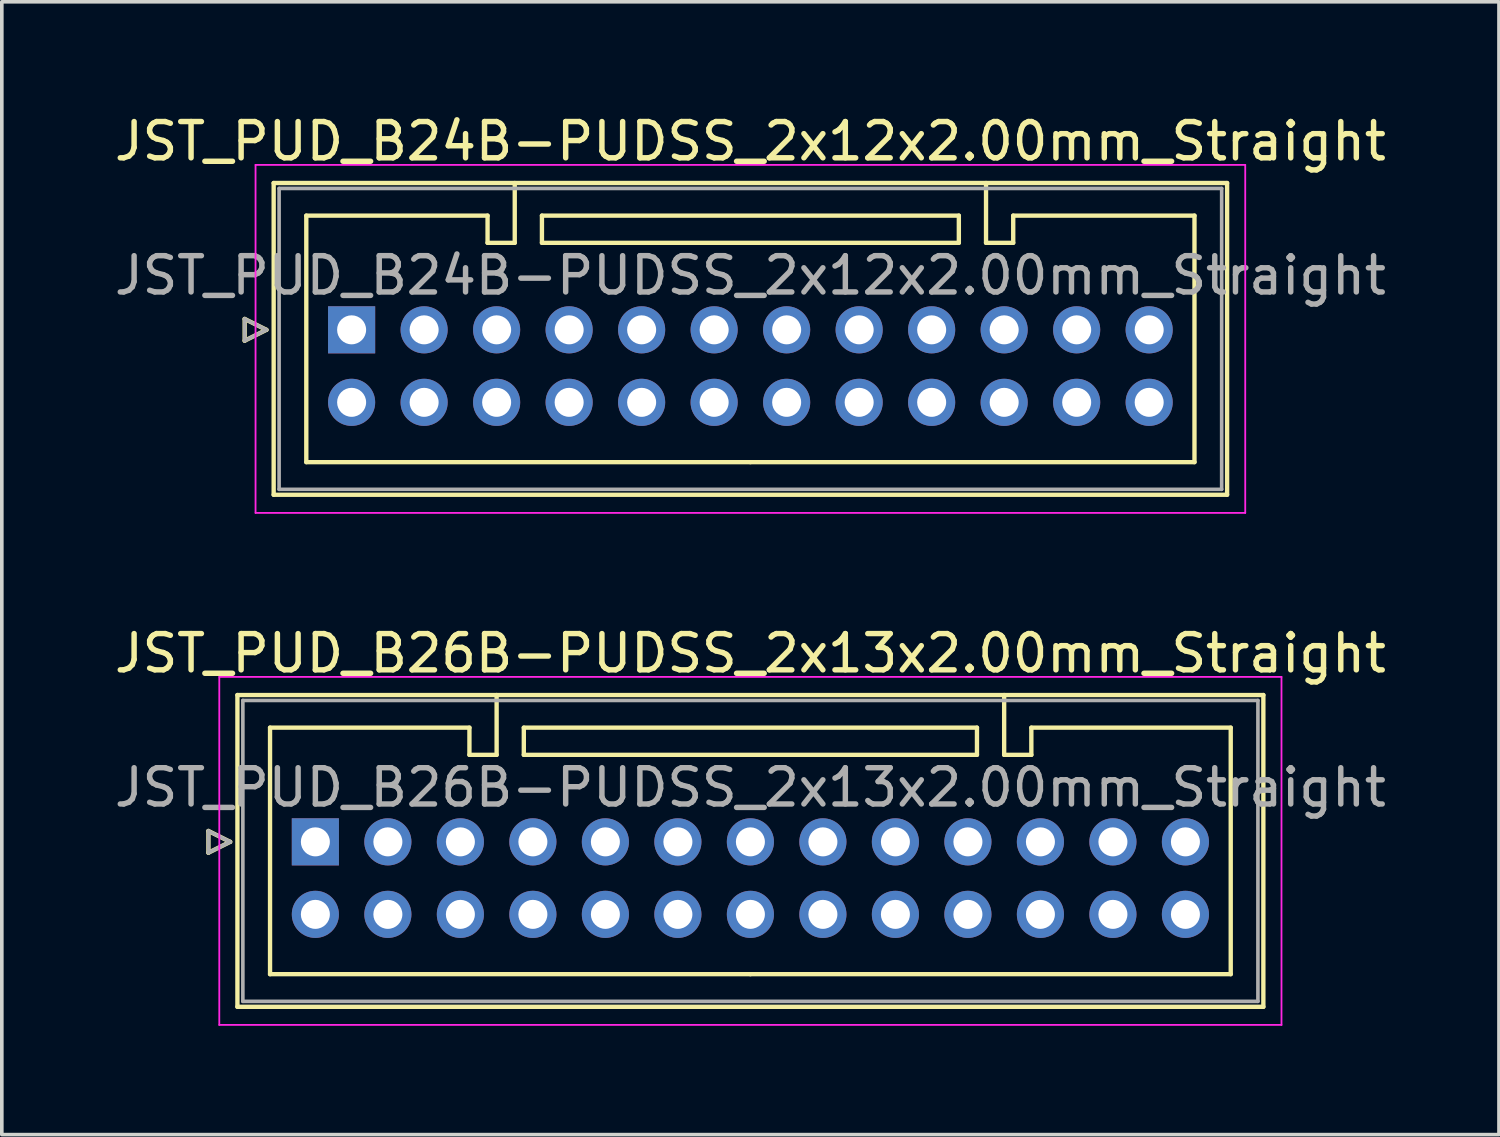
<source format=kicad_pcb>
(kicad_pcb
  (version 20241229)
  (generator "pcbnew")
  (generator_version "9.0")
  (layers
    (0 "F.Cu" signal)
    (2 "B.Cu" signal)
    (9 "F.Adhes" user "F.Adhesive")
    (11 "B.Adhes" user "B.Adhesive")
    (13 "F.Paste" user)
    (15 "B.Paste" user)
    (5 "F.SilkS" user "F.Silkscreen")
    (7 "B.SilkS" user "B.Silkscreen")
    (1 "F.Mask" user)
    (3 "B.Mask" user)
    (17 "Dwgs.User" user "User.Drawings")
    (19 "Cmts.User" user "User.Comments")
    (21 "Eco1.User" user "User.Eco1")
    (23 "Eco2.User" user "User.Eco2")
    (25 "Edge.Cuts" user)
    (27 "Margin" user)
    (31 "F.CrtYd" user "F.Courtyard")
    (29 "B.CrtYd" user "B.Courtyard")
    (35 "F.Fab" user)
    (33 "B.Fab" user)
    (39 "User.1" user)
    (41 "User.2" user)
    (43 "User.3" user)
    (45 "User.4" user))
  (footprint "JST_PUD_B24B-PUDSS_2x12x2.00mm_Straight"
    (layer "F.Cu")
    (at 6.649 6.048)
    (property "Reference" "JST_PUD_B24B-PUDSS_2x12x2.00mm_Straight" (at 11 -5.2 0) (layer "F.SilkS") (effects (font (size 1 1) (thickness 0.15))))
    (attr through_hole)
    (fp_line (start -2.95 -0.3) (end -2.35 0) (stroke (width 0.12) (type solid)) (layer "F.SilkS"))
    (fp_line (start -2.95 0.3) (end -2.95 -0.3) (stroke (width 0.12) (type solid)) (layer "F.SilkS"))
    (fp_line (start -2.35 0) (end -2.95 0.3) (stroke (width 0.12) (type solid)) (layer "F.SilkS"))
    (fp_line (start -2.15 -4.05) (end -2.15 4.55) (stroke (width 0.12) (type solid)) (layer "F.SilkS"))
    (fp_line (start -2.15 4.55) (end 24.15 4.55) (stroke (width 0.12) (type solid)) (layer "F.SilkS"))
    (fp_line (start -1.25 -3.15) (end -1.25 3.65) (stroke (width 0.12) (type solid)) (layer "F.SilkS"))
    (fp_line (start -1.25 3.65) (end 11 3.65) (stroke (width 0.12) (type solid)) (layer "F.SilkS"))
    (fp_line (start 3.75 -3.15) (end -1.25 -3.15) (stroke (width 0.12) (type solid)) (layer "F.SilkS"))
    (fp_line (start 3.75 -2.4) (end 3.75 -3.15) (stroke (width 0.12) (type solid)) (layer "F.SilkS"))
    (fp_line (start 4.5 -4.05) (end 4.5 -2.4) (stroke (width 0.12) (type solid)) (layer "F.SilkS"))
    (fp_line (start 4.5 -2.4) (end 3.75 -2.4) (stroke (width 0.12) (type solid)) (layer "F.SilkS"))
    (fp_line (start 5.25 -3.15) (end 5.25 -2.4) (stroke (width 0.12) (type solid)) (layer "F.SilkS"))
    (fp_line (start 5.25 -2.4) (end 16.75 -2.4) (stroke (width 0.12) (type solid)) (layer "F.SilkS"))
    (fp_line (start 16.75 -3.15) (end 5.25 -3.15) (stroke (width 0.12) (type solid)) (layer "F.SilkS"))
    (fp_line (start 16.75 -2.4) (end 16.75 -3.15) (stroke (width 0.12) (type solid)) (layer "F.SilkS"))
    (fp_line (start 17.5 -4.05) (end 17.5 -2.4) (stroke (width 0.12) (type solid)) (layer "F.SilkS"))
    (fp_line (start 17.5 -2.4) (end 18.25 -2.4) (stroke (width 0.12) (type solid)) (layer "F.SilkS"))
    (fp_line (start 18.25 -3.15) (end 23.25 -3.15) (stroke (width 0.12) (type solid)) (layer "F.SilkS"))
    (fp_line (start 18.25 -2.4) (end 18.25 -3.15) (stroke (width 0.12) (type solid)) (layer "F.SilkS"))
    (fp_line (start 23.25 -3.15) (end 23.25 3.65) (stroke (width 0.12) (type solid)) (layer "F.SilkS"))
    (fp_line (start 23.25 3.65) (end 11 3.65) (stroke (width 0.12) (type solid)) (layer "F.SilkS"))
    (fp_line (start 24.15 -4.05) (end -2.15 -4.05) (stroke (width 0.12) (type solid)) (layer "F.SilkS"))
    (fp_line (start 24.15 4.55) (end 24.15 -4.05) (stroke (width 0.12) (type solid)) (layer "F.SilkS"))
    (fp_line (start -2.65 -4.55) (end -2.65 5.05) (stroke (width 0.05) (type solid)) (layer "F.CrtYd"))
    (fp_line (start -2.65 5.05) (end 24.65 5.05) (stroke (width 0.05) (type solid)) (layer "F.CrtYd"))
    (fp_line (start 24.65 -4.55) (end -2.65 -4.55) (stroke (width 0.05) (type solid)) (layer "F.CrtYd"))
    (fp_line (start 24.65 5.05) (end 24.65 -4.55) (stroke (width 0.05) (type solid)) (layer "F.CrtYd"))
    (fp_line (start -2.95 -0.3) (end -2.35 0) (stroke (width 0.1) (type solid)) (layer "F.Fab"))
    (fp_line (start -2.95 0.3) (end -2.95 -0.3) (stroke (width 0.1) (type solid)) (layer "F.Fab"))
    (fp_line (start -2.35 0) (end -2.95 0.3) (stroke (width 0.1) (type solid)) (layer "F.Fab"))
    (fp_line (start -2 -3.9) (end -2 4.4) (stroke (width 0.1) (type solid)) (layer "F.Fab"))
    (fp_line (start -2 4.4) (end 24 4.4) (stroke (width 0.1) (type solid)) (layer "F.Fab"))
    (fp_line (start 24 -3.9) (end -2 -3.9) (stroke (width 0.1) (type solid)) (layer "F.Fab"))
    (fp_line (start 24 4.4) (end 24 -3.9) (stroke (width 0.1) (type solid)) (layer "F.Fab"))
    (fp_text user "${REFERENCE}" (at 11 -1.5 0) (layer "F.Fab") (effects (font (size 1 1) (thickness 0.15))))
    (pad "1" thru_hole rect (at 0 0) (size 1.3 1.3) (drill 0.8) (layers "*.Cu" "*.Mask"))
    (pad "2" thru_hole circle (at 0 2) (size 1.3 1.3) (drill 0.8) (layers "*.Cu" "*.Mask"))
    (pad "3" thru_hole circle (at 2 0) (size 1.3 1.3) (drill 0.8) (layers "*.Cu" "*.Mask"))
    (pad "4" thru_hole circle (at 2 2) (size 1.3 1.3) (drill 0.8) (layers "*.Cu" "*.Mask"))
    (pad "5" thru_hole circle (at 4 0) (size 1.3 1.3) (drill 0.8) (layers "*.Cu" "*.Mask"))
    (pad "6" thru_hole circle (at 4 2) (size 1.3 1.3) (drill 0.8) (layers "*.Cu" "*.Mask"))
    (pad "7" thru_hole circle (at 6 0) (size 1.3 1.3) (drill 0.8) (layers "*.Cu" "*.Mask"))
    (pad "8" thru_hole circle (at 6 2) (size 1.3 1.3) (drill 0.8) (layers "*.Cu" "*.Mask"))
    (pad "9" thru_hole circle (at 8 0) (size 1.3 1.3) (drill 0.8) (layers "*.Cu" "*.Mask"))
    (pad "10" thru_hole circle (at 8 2) (size 1.3 1.3) (drill 0.8) (layers "*.Cu" "*.Mask"))
    (pad "11" thru_hole circle (at 10 0) (size 1.3 1.3) (drill 0.8) (layers "*.Cu" "*.Mask"))
    (pad "12" thru_hole circle (at 10 2) (size 1.3 1.3) (drill 0.8) (layers "*.Cu" "*.Mask"))
    (pad "13" thru_hole circle (at 12 0) (size 1.3 1.3) (drill 0.8) (layers "*.Cu" "*.Mask"))
    (pad "14" thru_hole circle (at 12 2) (size 1.3 1.3) (drill 0.8) (layers "*.Cu" "*.Mask"))
    (pad "15" thru_hole circle (at 14 0) (size 1.3 1.3) (drill 0.8) (layers "*.Cu" "*.Mask"))
    (pad "16" thru_hole circle (at 14 2) (size 1.3 1.3) (drill 0.8) (layers "*.Cu" "*.Mask"))
    (pad "17" thru_hole circle (at 16 0) (size 1.3 1.3) (drill 0.8) (layers "*.Cu" "*.Mask"))
    (pad "18" thru_hole circle (at 16 2) (size 1.3 1.3) (drill 0.8) (layers "*.Cu" "*.Mask"))
    (pad "19" thru_hole circle (at 18 0) (size 1.3 1.3) (drill 0.8) (layers "*.Cu" "*.Mask"))
    (pad "20" thru_hole circle (at 18 2) (size 1.3 1.3) (drill 0.8) (layers "*.Cu" "*.Mask"))
    (pad "21" thru_hole circle (at 20 0) (size 1.3 1.3) (drill 0.8) (layers "*.Cu" "*.Mask"))
    (pad "22" thru_hole circle (at 20 2) (size 1.3 1.3) (drill 0.8) (layers "*.Cu" "*.Mask"))
    (pad "23" thru_hole circle (at 22 0) (size 1.3 1.3) (drill 0.8) (layers "*.Cu" "*.Mask"))
    (pad "24" thru_hole circle (at 22 2) (size 1.3 1.3) (drill 0.8) (layers "*.Cu" "*.Mask")))
  (footprint "JST_PUD_B26B-PUDSS_2x13x2.00mm_Straight"
    (layer "F.Cu")
    (at 5.649 20.172)
    (property "Reference" "JST_PUD_B26B-PUDSS_2x13x2.00mm_Straight" (at 12 -5.2 0) (layer "F.SilkS") (effects (font (size 1 1) (thickness 0.15))))
    (attr through_hole)
    (fp_line (start -2.95 -0.3) (end -2.35 0) (stroke (width 0.12) (type solid)) (layer "F.SilkS"))
    (fp_line (start -2.95 0.3) (end -2.95 -0.3) (stroke (width 0.12) (type solid)) (layer "F.SilkS"))
    (fp_line (start -2.35 0) (end -2.95 0.3) (stroke (width 0.12) (type solid)) (layer "F.SilkS"))
    (fp_line (start -2.15 -4.05) (end -2.15 4.55) (stroke (width 0.12) (type solid)) (layer "F.SilkS"))
    (fp_line (start -2.15 4.55) (end 26.15 4.55) (stroke (width 0.12) (type solid)) (layer "F.SilkS"))
    (fp_line (start -1.25 -3.15) (end -1.25 3.65) (stroke (width 0.12) (type solid)) (layer "F.SilkS"))
    (fp_line (start -1.25 3.65) (end 12 3.65) (stroke (width 0.12) (type solid)) (layer "F.SilkS"))
    (fp_line (start 4.25 -3.15) (end -1.25 -3.15) (stroke (width 0.12) (type solid)) (layer "F.SilkS"))
    (fp_line (start 4.25 -2.4) (end 4.25 -3.15) (stroke (width 0.12) (type solid)) (layer "F.SilkS"))
    (fp_line (start 5 -4.05) (end 5 -2.4) (stroke (width 0.12) (type solid)) (layer "F.SilkS"))
    (fp_line (start 5 -2.4) (end 4.25 -2.4) (stroke (width 0.12) (type solid)) (layer "F.SilkS"))
    (fp_line (start 5.75 -3.15) (end 5.75 -2.4) (stroke (width 0.12) (type solid)) (layer "F.SilkS"))
    (fp_line (start 5.75 -2.4) (end 18.25 -2.4) (stroke (width 0.12) (type solid)) (layer "F.SilkS"))
    (fp_line (start 18.25 -3.15) (end 5.75 -3.15) (stroke (width 0.12) (type solid)) (layer "F.SilkS"))
    (fp_line (start 18.25 -2.4) (end 18.25 -3.15) (stroke (width 0.12) (type solid)) (layer "F.SilkS"))
    (fp_line (start 19 -4.05) (end 19 -2.4) (stroke (width 0.12) (type solid)) (layer "F.SilkS"))
    (fp_line (start 19 -2.4) (end 19.75 -2.4) (stroke (width 0.12) (type solid)) (layer "F.SilkS"))
    (fp_line (start 19.75 -3.15) (end 25.25 -3.15) (stroke (width 0.12) (type solid)) (layer "F.SilkS"))
    (fp_line (start 19.75 -2.4) (end 19.75 -3.15) (stroke (width 0.12) (type solid)) (layer "F.SilkS"))
    (fp_line (start 25.25 -3.15) (end 25.25 3.65) (stroke (width 0.12) (type solid)) (layer "F.SilkS"))
    (fp_line (start 25.25 3.65) (end 12 3.65) (stroke (width 0.12) (type solid)) (layer "F.SilkS"))
    (fp_line (start 26.15 -4.05) (end -2.15 -4.05) (stroke (width 0.12) (type solid)) (layer "F.SilkS"))
    (fp_line (start 26.15 4.55) (end 26.15 -4.05) (stroke (width 0.12) (type solid)) (layer "F.SilkS"))
    (fp_line (start -2.65 -4.55) (end -2.65 5.05) (stroke (width 0.05) (type solid)) (layer "F.CrtYd"))
    (fp_line (start -2.65 5.05) (end 26.65 5.05) (stroke (width 0.05) (type solid)) (layer "F.CrtYd"))
    (fp_line (start 26.65 -4.55) (end -2.65 -4.55) (stroke (width 0.05) (type solid)) (layer "F.CrtYd"))
    (fp_line (start 26.65 5.05) (end 26.65 -4.55) (stroke (width 0.05) (type solid)) (layer "F.CrtYd"))
    (fp_line (start -2.95 -0.3) (end -2.35 0) (stroke (width 0.1) (type solid)) (layer "F.Fab"))
    (fp_line (start -2.95 0.3) (end -2.95 -0.3) (stroke (width 0.1) (type solid)) (layer "F.Fab"))
    (fp_line (start -2.35 0) (end -2.95 0.3) (stroke (width 0.1) (type solid)) (layer "F.Fab"))
    (fp_line (start -2 -3.9) (end -2 4.4) (stroke (width 0.1) (type solid)) (layer "F.Fab"))
    (fp_line (start -2 4.4) (end 26 4.4) (stroke (width 0.1) (type solid)) (layer "F.Fab"))
    (fp_line (start 26 -3.9) (end -2 -3.9) (stroke (width 0.1) (type solid)) (layer "F.Fab"))
    (fp_line (start 26 4.4) (end 26 -3.9) (stroke (width 0.1) (type solid)) (layer "F.Fab"))
    (fp_text user "${REFERENCE}" (at 12 -1.5 0) (layer "F.Fab") (effects (font (size 1 1) (thickness 0.15))))
    (pad "1" thru_hole rect (at 0 0) (size 1.3 1.3) (drill 0.8) (layers "*.Cu" "*.Mask"))
    (pad "2" thru_hole circle (at 0 2) (size 1.3 1.3) (drill 0.8) (layers "*.Cu" "*.Mask"))
    (pad "3" thru_hole circle (at 2 0) (size 1.3 1.3) (drill 0.8) (layers "*.Cu" "*.Mask"))
    (pad "4" thru_hole circle (at 2 2) (size 1.3 1.3) (drill 0.8) (layers "*.Cu" "*.Mask"))
    (pad "5" thru_hole circle (at 4 0) (size 1.3 1.3) (drill 0.8) (layers "*.Cu" "*.Mask"))
    (pad "6" thru_hole circle (at 4 2) (size 1.3 1.3) (drill 0.8) (layers "*.Cu" "*.Mask"))
    (pad "7" thru_hole circle (at 6 0) (size 1.3 1.3) (drill 0.8) (layers "*.Cu" "*.Mask"))
    (pad "8" thru_hole circle (at 6 2) (size 1.3 1.3) (drill 0.8) (layers "*.Cu" "*.Mask"))
    (pad "9" thru_hole circle (at 8 0) (size 1.3 1.3) (drill 0.8) (layers "*.Cu" "*.Mask"))
    (pad "10" thru_hole circle (at 8 2) (size 1.3 1.3) (drill 0.8) (layers "*.Cu" "*.Mask"))
    (pad "11" thru_hole circle (at 10 0) (size 1.3 1.3) (drill 0.8) (layers "*.Cu" "*.Mask"))
    (pad "12" thru_hole circle (at 10 2) (size 1.3 1.3) (drill 0.8) (layers "*.Cu" "*.Mask"))
    (pad "13" thru_hole circle (at 12 0) (size 1.3 1.3) (drill 0.8) (layers "*.Cu" "*.Mask"))
    (pad "14" thru_hole circle (at 12 2) (size 1.3 1.3) (drill 0.8) (layers "*.Cu" "*.Mask"))
    (pad "15" thru_hole circle (at 14 0) (size 1.3 1.3) (drill 0.8) (layers "*.Cu" "*.Mask"))
    (pad "16" thru_hole circle (at 14 2) (size 1.3 1.3) (drill 0.8) (layers "*.Cu" "*.Mask"))
    (pad "17" thru_hole circle (at 16 0) (size 1.3 1.3) (drill 0.8) (layers "*.Cu" "*.Mask"))
    (pad "18" thru_hole circle (at 16 2) (size 1.3 1.3) (drill 0.8) (layers "*.Cu" "*.Mask"))
    (pad "19" thru_hole circle (at 18 0) (size 1.3 1.3) (drill 0.8) (layers "*.Cu" "*.Mask"))
    (pad "20" thru_hole circle (at 18 2) (size 1.3 1.3) (drill 0.8) (layers "*.Cu" "*.Mask"))
    (pad "21" thru_hole circle (at 20 0) (size 1.3 1.3) (drill 0.8) (layers "*.Cu" "*.Mask"))
    (pad "22" thru_hole circle (at 20 2) (size 1.3 1.3) (drill 0.8) (layers "*.Cu" "*.Mask"))
    (pad "23" thru_hole circle (at 22 0) (size 1.3 1.3) (drill 0.8) (layers "*.Cu" "*.Mask"))
    (pad "24" thru_hole circle (at 22 2) (size 1.3 1.3) (drill 0.8) (layers "*.Cu" "*.Mask"))
    (pad "25" thru_hole circle (at 24 0) (size 1.3 1.3) (drill 0.8) (layers "*.Cu" "*.Mask"))
    (pad "26" thru_hole circle (at 24 2) (size 1.3 1.3) (drill 0.8) (layers "*.Cu" "*.Mask")))
  (gr_rect
    (start -3 -3)
    (end 38.298 28.247)
    (stroke (width 0.1) (type default))
    (fill no)
    (layer "Edge.Cuts")))
</source>
